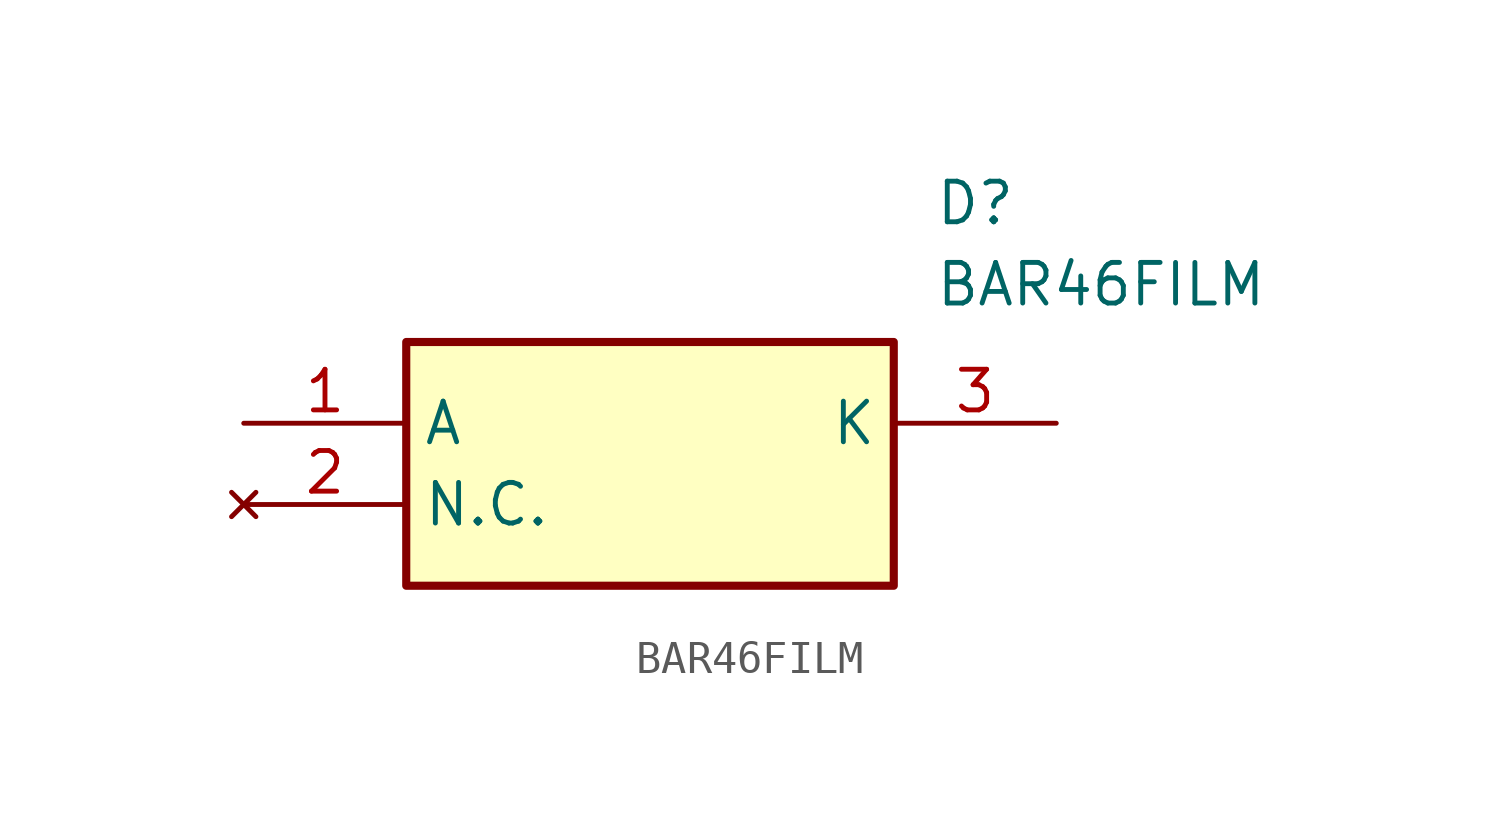
<source format=kicad_sym>
(kicad_symbol_lib
  (version 20211014)
  (generator SamacSys_ECAD_Model)
  (symbol "BAR46FILM"
    (property "Reference" "D"
      (at 21.59 7.62 0)
      (effects (font (size 1.27 1.27)) (justify left top)))
    (property "Value" "BAR46FILM"
      (at 21.59 5.08 0)
      (effects (font (size 1.27 1.27)) (justify left top)))
    (rectangle
      (start 5.08 2.54)
      (end 20.32 -5.08)
      (stroke (width 0.254) (type default))
      (fill (type background)))
    (pin passive line
      (at 0 0 0)
      (length 5.08)
      (name "A" (effects (font (size 1.27 1.27))))
      (number "1" (effects (font (size 1.27 1.27)))))
    (pin no_connect line
      (at 0 -2.54 0)
      (length 5.08)
      (name "N.C." (effects (font (size 1.27 1.27))))
      (number "2" (effects (font (size 1.27 1.27)))))
    (pin passive line
      (at 25.4 0 180)
      (length 5.08)
      (name "K" (effects (font (size 1.27 1.27))))
      (number "3" (effects (font (size 1.27 1.27)))))))
</source>
